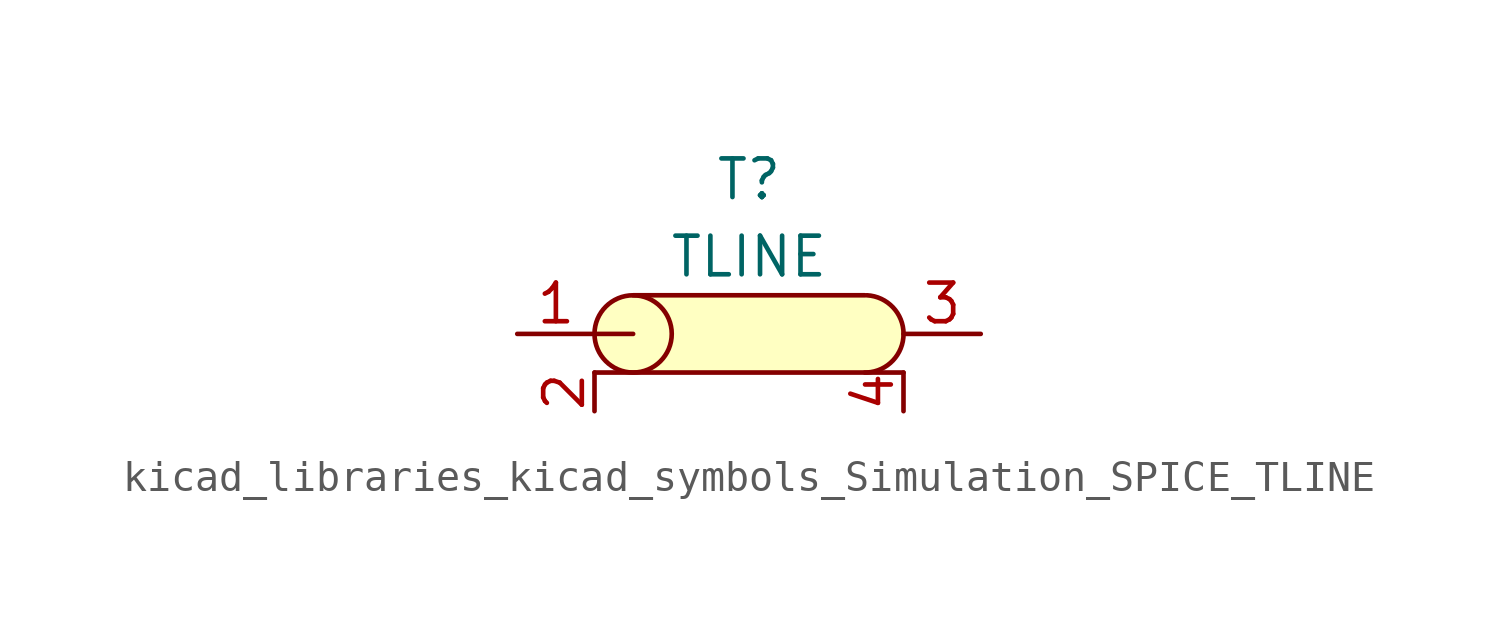
<source format=kicad_sym>
(kicad_symbol_lib
  (version 20220914)
  (generator kicad_symbol_editor)
  (symbol "kicad_libraries_kicad_symbols_Simulation_SPICE_TLINE"
    (property "Reference" "T"
      (at 0 5.08 0)
      (effects (font (size 1.27 1.27))))
    (property "Value" "TLINE"
      (at 0 2.54 0)
      (effects (font (size 1.27 1.27))))
    (symbol "kicad_libraries_kicad_symbols_Simulation_SPICE_TLINE_0_1"
      (circle (center -3.81 0) (radius 1.27) (stroke (width 0) (type default)) (fill (type none)))
      (circle (center -3.81 0) (radius 1.27) (stroke (width -0.0001) (type default)) (fill (type background)))
      (rectangle (start -3.81 1.27) (end 3.81 -1.27) (stroke (width -0.0001) (type default)) (fill (type background)))
      (polyline (pts (xy -5.08 -1.27) (xy 3.81 -1.27)) (stroke (width 0) (type default)) (fill (type none)))
      (polyline (pts (xy -3.81 0) (xy -5.08 0)) (stroke (width 0) (type default)) (fill (type none)))
      (polyline (pts (xy -3.81 1.27) (xy 3.81 1.27)) (stroke (width 0) (type default)) (fill (type none)))
      (polyline (pts (xy 5.08 -1.27) (xy 3.81 -1.27)) (stroke (width 0) (type default)) (fill (type none)))
      (circle (center 3.81 0) (radius 1.27) (stroke (width -0.0001) (type default)) (fill (type background)))
      (arc (start 3.8776 -1.27) (mid 5.0818 0) (end 3.8776 1.27) (stroke (width 0) (type default)) (fill (type none))))
    (symbol "kicad_libraries_kicad_symbols_Simulation_SPICE_TLINE_1_1"
      (pin passive line (at -7.62 0 0) (length 2.54) (name "" (effects (font (size 1.27 1.27)))) (number "1" (effects (font (size 1.27 1.27)))))
      (pin passive line (at -5.08 -2.54 90) (length 1.27) (name "" (effects (font (size 1.27 1.27)))) (number "2" (effects (font (size 1.27 1.27)))))
      (pin passive line (at 7.62 0 180) (length 2.54) (name "" (effects (font (size 1.27 1.27)))) (number "3" (effects (font (size 1.27 1.27)))))
      (pin passive line (at 5.08 -2.54 90) (length 1.27) (name "" (effects (font (size 1.27 1.27)))) (number "4" (effects (font (size 1.27 1.27))))))))
</source>
